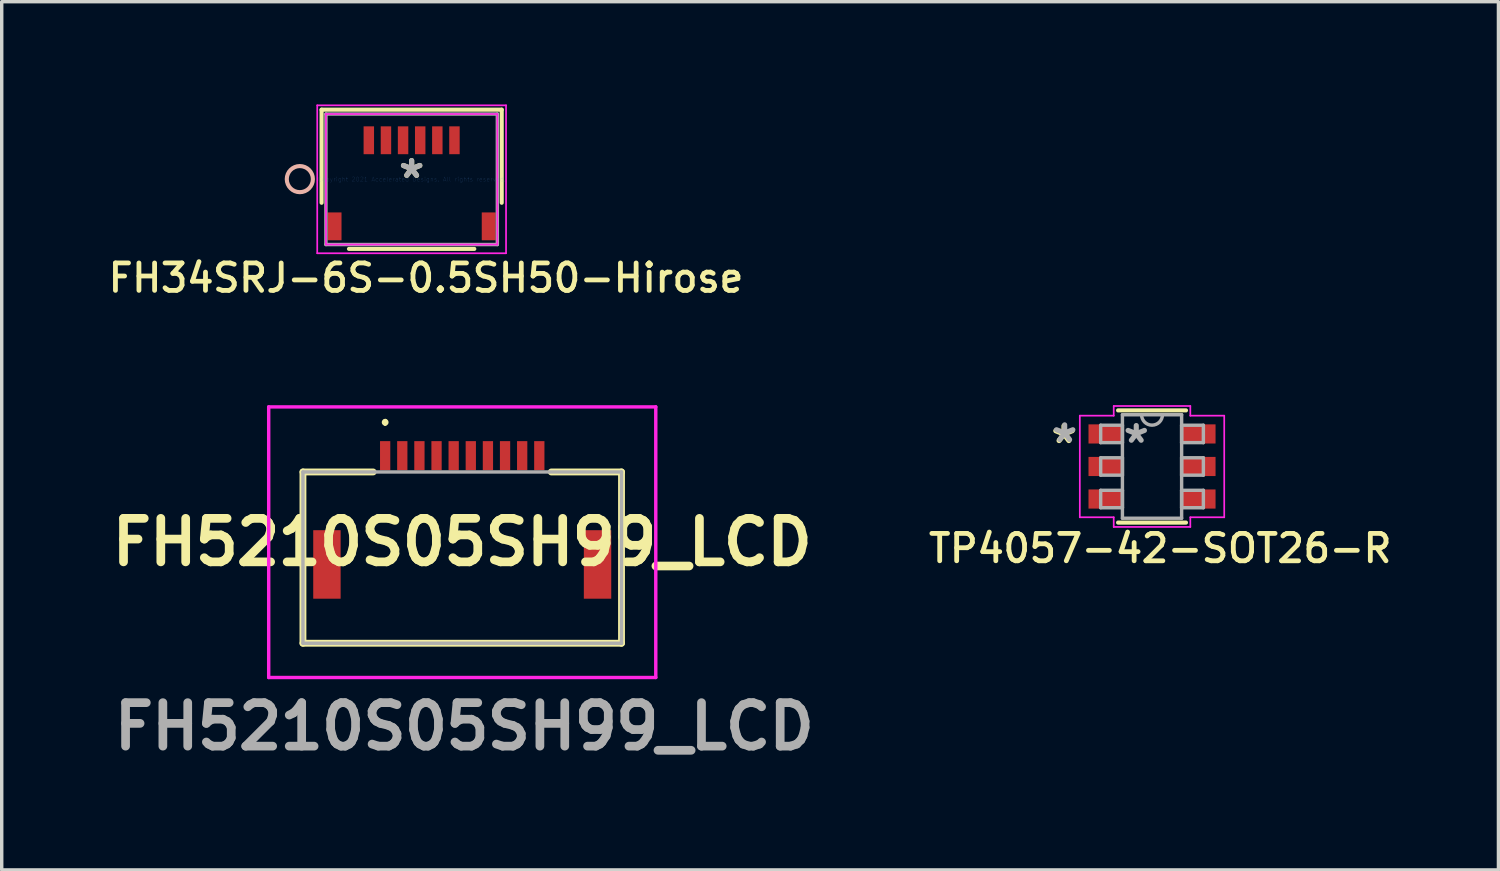
<source format=kicad_pcb>
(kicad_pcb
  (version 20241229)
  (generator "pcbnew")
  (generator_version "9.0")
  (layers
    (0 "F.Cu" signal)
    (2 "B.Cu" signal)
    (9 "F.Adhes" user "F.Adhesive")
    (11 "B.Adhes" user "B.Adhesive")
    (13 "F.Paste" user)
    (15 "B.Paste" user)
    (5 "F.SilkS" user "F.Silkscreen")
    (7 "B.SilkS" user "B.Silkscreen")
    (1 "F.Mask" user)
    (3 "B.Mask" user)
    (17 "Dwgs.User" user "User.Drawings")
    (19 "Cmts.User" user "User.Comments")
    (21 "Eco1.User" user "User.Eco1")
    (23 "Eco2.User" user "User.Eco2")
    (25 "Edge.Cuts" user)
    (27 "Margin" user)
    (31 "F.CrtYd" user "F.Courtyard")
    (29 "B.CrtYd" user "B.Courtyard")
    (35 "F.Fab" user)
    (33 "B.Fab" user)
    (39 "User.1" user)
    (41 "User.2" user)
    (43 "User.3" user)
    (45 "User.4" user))
  (footprint "FH34SRJ-6S-0.5SH50-Hirose"
    (layer "F.Cu")
    (at 8.967 2.184)
    (property "Reference" "FH34SRJ-6S-0.5SH50-Hirose" (at 0.42 2.88 0) (layer "F.SilkS") (effects (font (size 0.8 0.8) (thickness 0.14))))
    (attr smd)
    (fp_line (start -2.629 -2.032) (end 2.629 -2.032) (stroke (width 0.12) (type solid)) (layer "F.SilkS"))
    (fp_line (start -2.629 0.685) (end -2.629 -2.032) (stroke (width 0.12) (type solid)) (layer "F.SilkS"))
    (fp_line (start 1.829 2.032) (end -1.829 2.032) (stroke (width 0.12) (type solid)) (layer "F.SilkS"))
    (fp_line (start 2.629 -2.032) (end 2.629 0.685) (stroke (width 0.12) (type solid)) (layer "F.SilkS"))
    (fp_circle (center -3.264 -0.005) (end -2.883 -0.005) (stroke (width 0.12) (type solid)) (fill no) (layer "B.SilkS"))
    (fp_line (start -2.756 -2.159) (end -2.756 2.159) (stroke (width 0.05) (type solid)) (layer "F.CrtYd"))
    (fp_line (start -2.756 2.159) (end 2.756 2.159) (stroke (width 0.05) (type solid)) (layer "F.CrtYd"))
    (fp_line (start -2.502 -1.905) (end -2.502 1.905) (stroke (width 0.05) (type solid)) (layer "F.CrtYd"))
    (fp_line (start -2.502 1.905) (end 2.502 1.905) (stroke (width 0.05) (type solid)) (layer "F.CrtYd"))
    (fp_line (start 2.502 -1.905) (end -2.502 -1.905) (stroke (width 0.05) (type solid)) (layer "F.CrtYd"))
    (fp_line (start 2.502 1.905) (end 2.502 -1.905) (stroke (width 0.05) (type solid)) (layer "F.CrtYd"))
    (fp_line (start 2.756 -2.159) (end -2.756 -2.159) (stroke (width 0.05) (type solid)) (layer "F.CrtYd"))
    (fp_line (start 2.756 2.159) (end 2.756 -2.159) (stroke (width 0.05) (type solid)) (layer "F.CrtYd"))
    (fp_line (start -2.502 -1.905) (end -2.502 1.905) (stroke (width 0.1) (type solid)) (layer "F.Fab"))
    (fp_line (start -2.502 1.905) (end 2.502 1.905) (stroke (width 0.1) (type solid)) (layer "F.Fab"))
    (fp_line (start 2.502 -1.905) (end -2.502 -1.905) (stroke (width 0.1) (type solid)) (layer "F.Fab"))
    (fp_line (start 2.502 1.905) (end 2.502 -1.905) (stroke (width 0.1) (type solid)) (layer "F.Fab"))
    (fp_text user "*" (at 0 0 0) (layer "F.SilkS") (effects (font (size 1 1) (thickness 0.15))))
    (fp_text user "Copyright 2021 Accelerated Designs. All rights reserved." (at 0 0 0) (layer "Cmts.User") (effects (font (size 0.127 0.127) (thickness 0.002))))
    (fp_text user "*" (at 0 0 0) (layer "F.Fab") (effects (font (size 1 1) (thickness 0.15))))
    (pad "1" smd rect (at 1.25 -1.139) (size 0.305 0.813) (layers "F.Cu" "F.Mask" "F.Paste"))
    (pad "2" smd rect (at 0.75 -1.139) (size 0.305 0.813) (layers "F.Cu" "F.Mask" "F.Paste"))
    (pad "3" smd rect (at 0.25 -1.139) (size 0.305 0.813) (layers "F.Cu" "F.Mask" "F.Paste"))
    (pad "4" smd rect (at -0.25 -1.139) (size 0.305 0.813) (layers "F.Cu" "F.Mask" "F.Paste"))
    (pad "5" smd rect (at -0.75 -1.139) (size 0.305 0.813) (layers "F.Cu" "F.Mask" "F.Paste"))
    (pad "6" smd rect (at -1.25 -1.139) (size 0.305 0.813) (layers "F.Cu" "F.Mask" "F.Paste"))
    (pad "MP1" smd rect (at -2.25 1.374) (size 0.406 0.813) (layers "F.Cu" "F.Mask" "F.Paste"))
    (pad "MP2" smd rect (at 2.25 1.374) (size 0.406 0.813) (layers "F.Cu" "F.Mask" "F.Paste")))
  (footprint "TP4057-42-SOT26-R"
    (layer "F.Cu")
    (at 30.581 10.568)
    (property "Reference" "TP4057-42-SOT26-R" (at 0.24 2.39 0) (layer "F.SilkS") (effects (font (size 0.8 0.8) (thickness 0.14) (bold yes))))
    (attr smd)
    (fp_line (start -0.991 1.638) (end 0.991 1.638) (stroke (width 0.12) (type solid)) (layer "F.SilkS"))
    (fp_line (start 0.991 -1.638) (end -0.991 -1.638) (stroke (width 0.12) (type solid)) (layer "F.SilkS"))
    (fp_line (start -2.108 -1.483) (end -1.118 -1.483) (stroke (width 0.05) (type solid)) (layer "F.CrtYd"))
    (fp_line (start -2.108 1.483) (end -2.108 -1.483) (stroke (width 0.05) (type solid)) (layer "F.CrtYd"))
    (fp_line (start -1.118 -1.765) (end 1.118 -1.765) (stroke (width 0.05) (type solid)) (layer "F.CrtYd"))
    (fp_line (start -1.118 -1.483) (end -1.118 -1.765) (stroke (width 0.05) (type solid)) (layer "F.CrtYd"))
    (fp_line (start -1.118 1.483) (end -2.108 1.483) (stroke (width 0.05) (type solid)) (layer "F.CrtYd"))
    (fp_line (start -1.118 1.765) (end -1.118 1.483) (stroke (width 0.05) (type solid)) (layer "F.CrtYd"))
    (fp_line (start 1.118 -1.765) (end 1.118 -1.483) (stroke (width 0.05) (type solid)) (layer "F.CrtYd"))
    (fp_line (start 1.118 1.483) (end 1.118 1.765) (stroke (width 0.05) (type solid)) (layer "F.CrtYd"))
    (fp_line (start 1.118 1.765) (end -1.118 1.765) (stroke (width 0.05) (type solid)) (layer "F.CrtYd"))
    (fp_line (start 2.108 -1.483) (end 1.118 -1.483) (stroke (width 0.05) (type solid)) (layer "F.CrtYd"))
    (fp_line (start 2.108 -1.483) (end 2.108 1.483) (stroke (width 0.05) (type solid)) (layer "F.CrtYd"))
    (fp_line (start 2.108 1.483) (end 1.118 1.483) (stroke (width 0.05) (type solid)) (layer "F.CrtYd"))
    (fp_line (start -1.499 -1.204) (end -1.499 -0.696) (stroke (width 0.1) (type solid)) (layer "F.Fab"))
    (fp_line (start -1.499 -0.696) (end -0.864 -0.696) (stroke (width 0.1) (type solid)) (layer "F.Fab"))
    (fp_line (start -1.499 -0.254) (end -1.499 0.254) (stroke (width 0.1) (type solid)) (layer "F.Fab"))
    (fp_line (start -1.499 0.254) (end -0.864 0.254) (stroke (width 0.1) (type solid)) (layer "F.Fab"))
    (fp_line (start -1.499 0.696) (end -1.499 1.204) (stroke (width 0.1) (type solid)) (layer "F.Fab"))
    (fp_line (start -1.499 1.204) (end -0.864 1.204) (stroke (width 0.1) (type solid)) (layer "F.Fab"))
    (fp_line (start -0.864 -1.511) (end -0.864 1.511) (stroke (width 0.1) (type solid)) (layer "F.Fab"))
    (fp_line (start -0.864 -1.204) (end -1.499 -1.204) (stroke (width 0.1) (type solid)) (layer "F.Fab"))
    (fp_line (start -0.864 -0.696) (end -0.864 -1.204) (stroke (width 0.1) (type solid)) (layer "F.Fab"))
    (fp_line (start -0.864 -0.254) (end -1.499 -0.254) (stroke (width 0.1) (type solid)) (layer "F.Fab"))
    (fp_line (start -0.864 0.254) (end -0.864 -0.254) (stroke (width 0.1) (type solid)) (layer "F.Fab"))
    (fp_line (start -0.864 0.696) (end -1.499 0.696) (stroke (width 0.1) (type solid)) (layer "F.Fab"))
    (fp_line (start -0.864 1.204) (end -0.864 0.696) (stroke (width 0.1) (type solid)) (layer "F.Fab"))
    (fp_line (start -0.864 1.511) (end 0.864 1.511) (stroke (width 0.1) (type solid)) (layer "F.Fab"))
    (fp_line (start 0.864 -1.511) (end -0.864 -1.511) (stroke (width 0.1) (type solid)) (layer "F.Fab"))
    (fp_line (start 0.864 -1.204) (end 0.864 -0.696) (stroke (width 0.1) (type solid)) (layer "F.Fab"))
    (fp_line (start 0.864 -0.696) (end 1.499 -0.696) (stroke (width 0.1) (type solid)) (layer "F.Fab"))
    (fp_line (start 0.864 -0.254) (end 0.864 0.254) (stroke (width 0.1) (type solid)) (layer "F.Fab"))
    (fp_line (start 0.864 0.254) (end 1.499 0.254) (stroke (width 0.1) (type solid)) (layer "F.Fab"))
    (fp_line (start 0.864 0.696) (end 0.864 1.204) (stroke (width 0.1) (type solid)) (layer "F.Fab"))
    (fp_line (start 0.864 1.204) (end 1.499 1.204) (stroke (width 0.1) (type solid)) (layer "F.Fab"))
    (fp_line (start 0.864 1.511) (end 0.864 -1.511) (stroke (width 0.1) (type solid)) (layer "F.Fab"))
    (fp_line (start 1.499 -1.204) (end 0.864 -1.204) (stroke (width 0.1) (type solid)) (layer "F.Fab"))
    (fp_line (start 1.499 -0.696) (end 1.499 -1.204) (stroke (width 0.1) (type solid)) (layer "F.Fab"))
    (fp_line (start 1.499 -0.254) (end 0.864 -0.254) (stroke (width 0.1) (type solid)) (layer "F.Fab"))
    (fp_line (start 1.499 0.254) (end 1.499 -0.254) (stroke (width 0.1) (type solid)) (layer "F.Fab"))
    (fp_line (start 1.499 0.696) (end 0.864 0.696) (stroke (width 0.1) (type solid)) (layer "F.Fab"))
    (fp_line (start 1.499 1.204) (end 1.499 0.696) (stroke (width 0.1) (type solid)) (layer "F.Fab"))
    (fp_arc (start 0.3048 -1.5113) (mid 0 -1.2065) (end -0.3048 -1.5113) (stroke (width 0.1) (type solid)) (layer "F.Fab"))
    (fp_text user "*" (at -2.57 -0.64 0) (layer "F.SilkS") (effects (font (size 1 1) (thickness 0.15))))
    (fp_text user "*" (at -2.55 -0.67 0) (layer "F.Fab") (effects (font (size 1 1) (thickness 0.15))))
    (fp_text user "*" (at -0.46 -0.65 0) (layer "F.Fab") (effects (font (size 1 1) (thickness 0.15))))
    (pad "1" smd rect (at -1.359 -0.95) (size 0.991 0.559) (layers "F.Cu" "F.Mask" "F.Paste"))
    (pad "2" smd rect (at -1.359 0) (size 0.991 0.559) (layers "F.Cu" "F.Mask" "F.Paste"))
    (pad "3" smd rect (at -1.359 0.95) (size 0.991 0.559) (layers "F.Cu" "F.Mask" "F.Paste"))
    (pad "4" smd rect (at 1.359 0.95) (size 0.991 0.559) (layers "F.Cu" "F.Mask" "F.Paste"))
    (pad "5" smd rect (at 1.359 0) (size 0.991 0.559) (layers "F.Cu" "F.Mask" "F.Paste"))
    (pad "6" smd rect (at 1.359 -0.95) (size 0.991 0.559) (layers "F.Cu" "F.Mask" "F.Paste")))
  (footprint "FH5210S05SH99_LCD"
    (layer "F.Cu")
    (at 10.444 13.228)
    (property "Reference" "FH5210S05SH99_LCD" (at 0 -0.45 0) (layer "F.SilkS") (effects (font (size 1.27 1.27) (thickness 0.254))))
    (attr smd)
    (fp_line (start -4.65 -2.5) (end -4.65 2.5) (stroke (width 0.2) (type solid)) (layer "F.SilkS"))
    (fp_line (start -4.65 2.5) (end 4.65 2.5) (stroke (width 0.2) (type solid)) (layer "F.SilkS"))
    (fp_line (start -2.6 -2.5) (end -4.65 -2.5) (stroke (width 0.2) (type solid)) (layer "F.SilkS"))
    (fp_line (start -2.25 -4) (end -2.25 -4) (stroke (width 0.1) (type solid)) (layer "F.SilkS"))
    (fp_line (start -2.25 -3.9) (end -2.25 -3.9) (stroke (width 0.1) (type solid)) (layer "F.SilkS"))
    (fp_line (start 4.65 -2.5) (end 2.6 -2.5) (stroke (width 0.2) (type solid)) (layer "F.SilkS"))
    (fp_line (start 4.65 2.5) (end 4.65 -2.5) (stroke (width 0.2) (type solid)) (layer "F.SilkS"))
    (fp_arc (start -2.25 -4) (mid -2.2 -3.95) (end -2.25 -3.9) (stroke (width 0.1) (type solid)) (layer "F.SilkS"))
    (fp_arc (start -2.25 -3.9) (mid -2.3 -3.95) (end -2.25 -4) (stroke (width 0.1) (type solid)) (layer "F.SilkS"))
    (fp_line (start -5.65 -4.4) (end 5.65 -4.4) (stroke (width 0.1) (type solid)) (layer "F.CrtYd"))
    (fp_line (start -5.65 3.5) (end -5.65 -4.4) (stroke (width 0.1) (type solid)) (layer "F.CrtYd"))
    (fp_line (start 5.65 -4.4) (end 5.65 3.5) (stroke (width 0.1) (type solid)) (layer "F.CrtYd"))
    (fp_line (start 5.65 3.5) (end -5.65 3.5) (stroke (width 0.1) (type solid)) (layer "F.CrtYd"))
    (fp_line (start -4.65 -2.5) (end -4.65 2.5) (stroke (width 0.1) (type solid)) (layer "F.Fab"))
    (fp_line (start -4.65 2.5) (end 4.65 2.5) (stroke (width 0.1) (type solid)) (layer "F.Fab"))
    (fp_line (start 4.65 -2.5) (end -4.65 -2.5) (stroke (width 0.1) (type solid)) (layer "F.Fab"))
    (fp_line (start 4.65 2.5) (end 4.65 -2.5) (stroke (width 0.1) (type solid)) (layer "F.Fab"))
    (fp_text user "${REFERENCE}" (at 0.06 4.93 0) (layer "F.Fab") (effects (font (size 1.27 1.27) (thickness 0.254))))
    (pad "1" smd rect (at -2.25 -2.975) (size 0.3 0.85) (layers "F.Cu" "F.Mask" "F.Paste"))
    (pad "2" smd rect (at -1.75 -2.975) (size 0.3 0.85) (layers "F.Cu" "F.Mask" "F.Paste"))
    (pad "3" smd rect (at -1.25 -2.975) (size 0.3 0.85) (layers "F.Cu" "F.Mask" "F.Paste"))
    (pad "4" smd rect (at -0.75 -2.975) (size 0.3 0.85) (layers "F.Cu" "F.Mask" "F.Paste"))
    (pad "5" smd rect (at -0.25 -2.975) (size 0.3 0.85) (layers "F.Cu" "F.Mask" "F.Paste"))
    (pad "6" smd rect (at 0.25 -2.975) (size 0.3 0.85) (layers "F.Cu" "F.Mask" "F.Paste"))
    (pad "7" smd rect (at 0.75 -2.975) (size 0.3 0.85) (layers "F.Cu" "F.Mask" "F.Paste"))
    (pad "8" smd rect (at 1.25 -2.975) (size 0.3 0.85) (layers "F.Cu" "F.Mask" "F.Paste"))
    (pad "9" smd rect (at 1.75 -2.975) (size 0.3 0.85) (layers "F.Cu" "F.Mask" "F.Paste"))
    (pad "10" smd rect (at 2.25 -2.975) (size 0.3 0.85) (layers "F.Cu" "F.Mask" "F.Paste"))
    (pad "MP1" smd rect (at -3.95 0.2) (size 0.8 2) (layers "F.Cu" "F.Mask" "F.Paste"))
    (pad "MP2" smd rect (at 3.95 0.2) (size 0.8 2) (layers "F.Cu" "F.Mask" "F.Paste")))
  (gr_rect
    (start -3 -3)
    (end 40.694 22.346)
    (stroke (width 0.1) (type default))
    (fill no)
    (layer "Edge.Cuts")))
</source>
